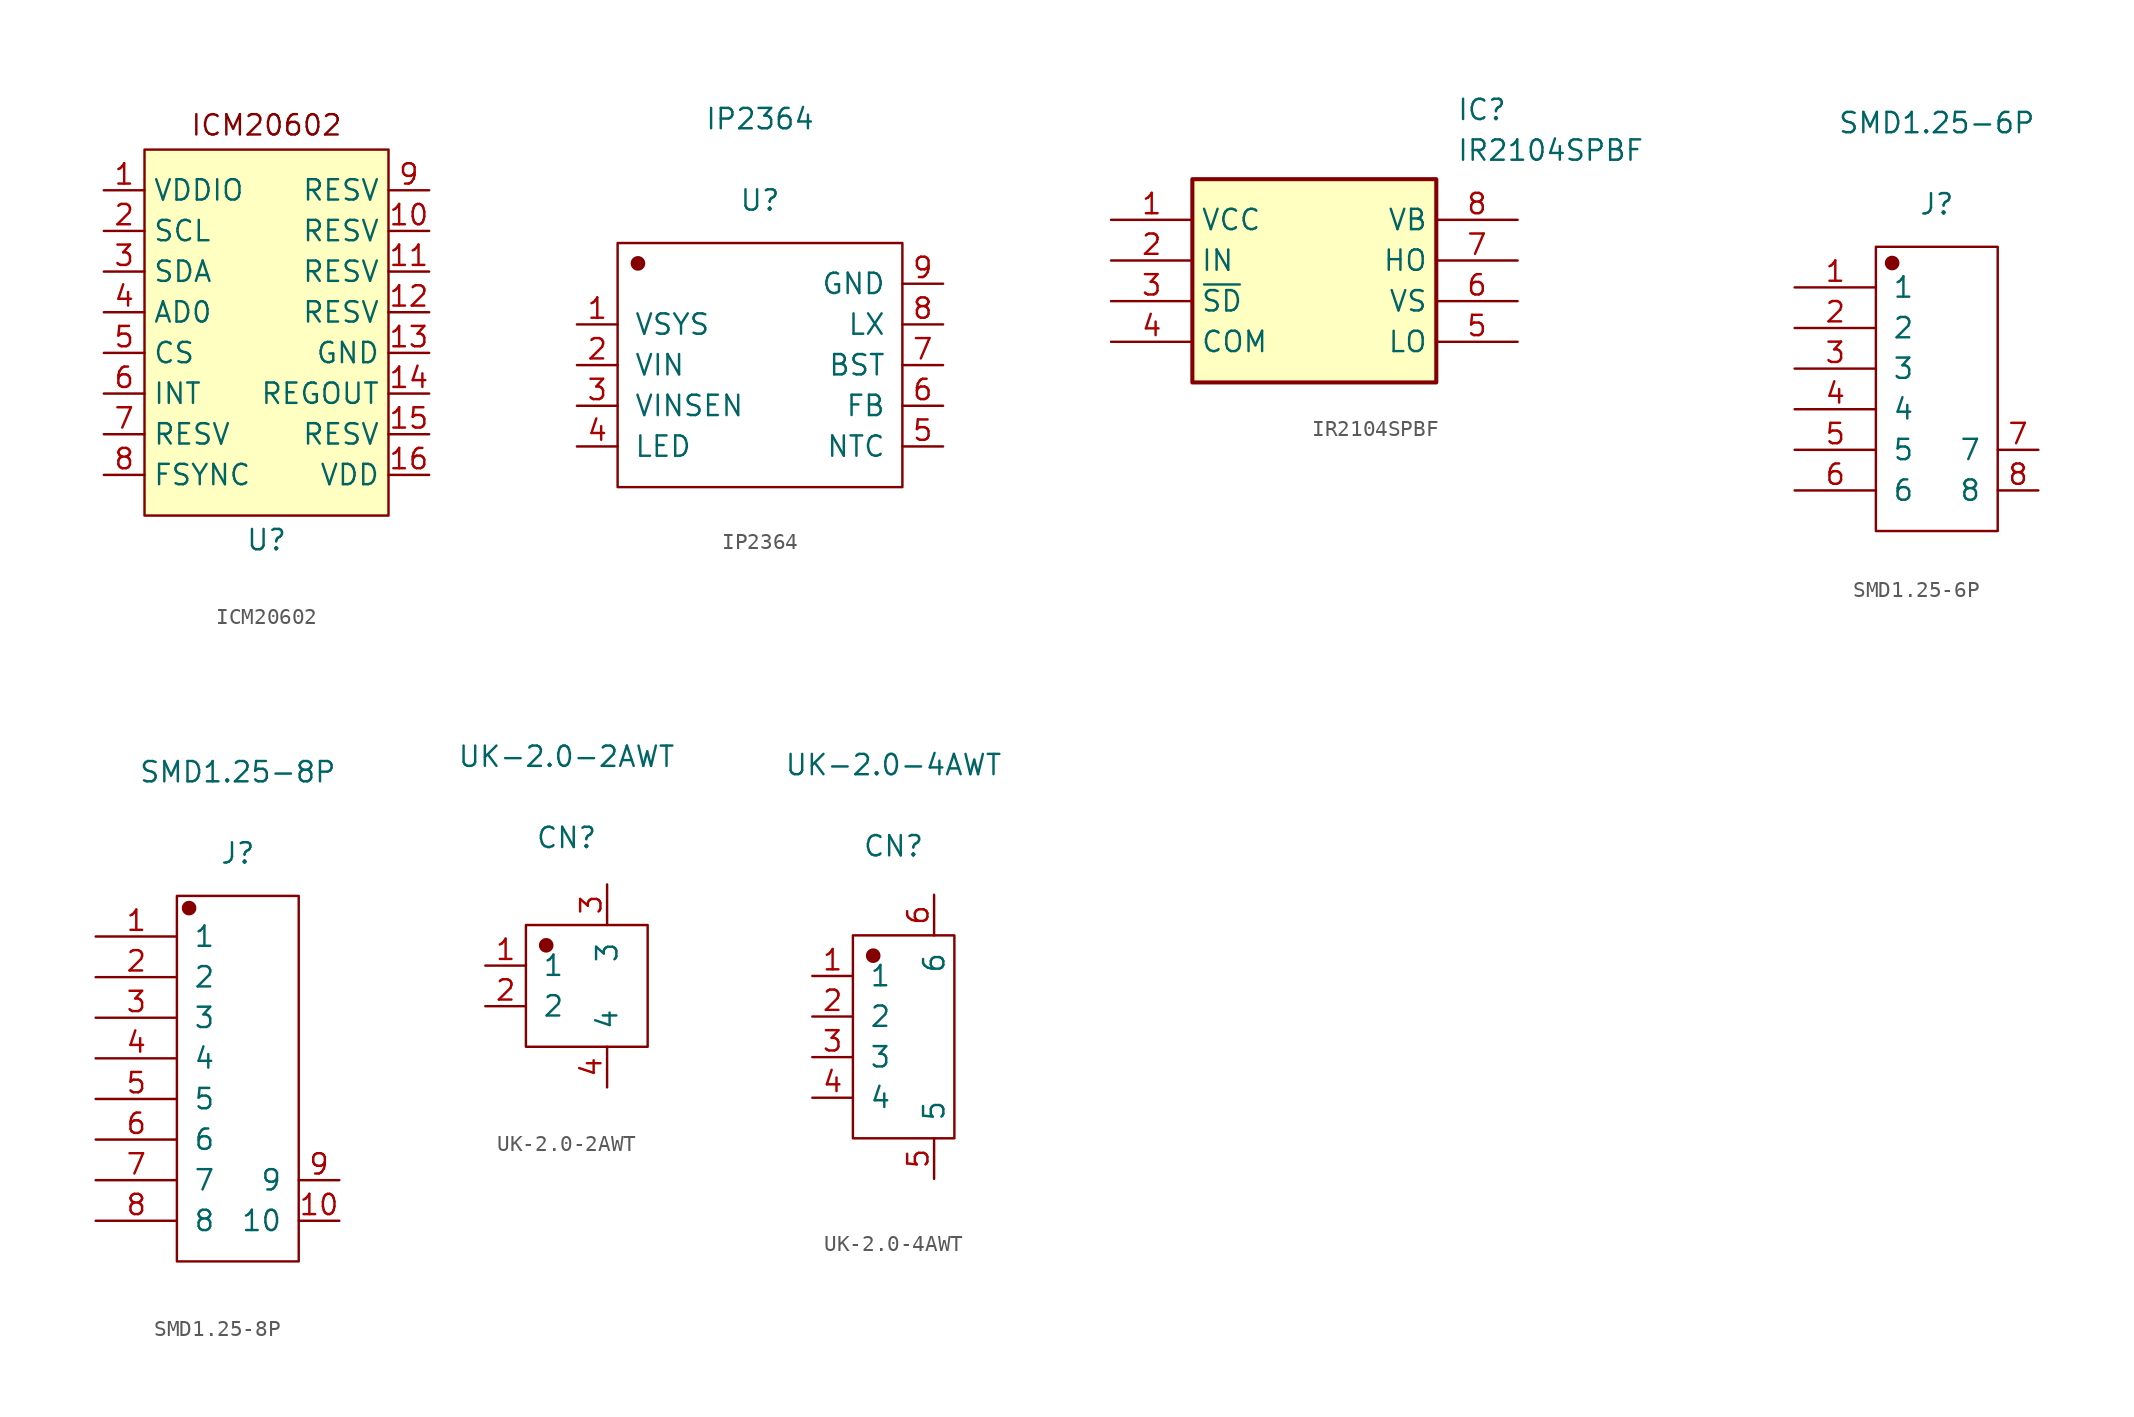
<source format=kicad_sym>
(kicad_symbol_lib
  (version 20231120)
  (generator "kicad_symbol_editor")
  (generator_version "8.0")
  (symbol "ICM20602"
    (property "Reference" "U"
      (at 0 -12.954 0)
      (effects (font (size 1.27 1.27))))
    (property "Value" ""
      (at -2.54 6.35 0)
      (effects (font (size 1.27 1.27))))
    (symbol "ICM20602_0_1"
      (rectangle (start -7.62 11.43) (end 7.62 -11.43) (stroke (width 0) (type default)) (fill (type background))))
    (symbol "ICM20602_1_1"
      (text "ICM20602\n" (at 0 12.954 0) (effects (font (size 1.27 1.27))))
      (pin power_in line (at -10.16 8.89 0) (length 2.54) (name "VDDIO" (effects (font (size 1.27 1.27)))) (number "1" (effects (font (size 1.27 1.27)))))
      (pin output line (at 10.16 6.35 180) (length 2.54) (name "RESV" (effects (font (size 1.27 1.27)))) (number "10" (effects (font (size 1.27 1.27)))))
      (pin output line (at 10.16 3.81 180) (length 2.54) (name "RESV" (effects (font (size 1.27 1.27)))) (number "11" (effects (font (size 1.27 1.27)))))
      (pin output line (at 10.16 1.27 180) (length 2.54) (name "RESV" (effects (font (size 1.27 1.27)))) (number "12" (effects (font (size 1.27 1.27)))))
      (pin power_in line (at 10.16 -1.27 180) (length 2.54) (name "GND" (effects (font (size 1.27 1.27)))) (number "13" (effects (font (size 1.27 1.27)))))
      (pin power_in line (at 10.16 -3.81 180) (length 2.54) (name "REGOUT" (effects (font (size 1.27 1.27)))) (number "14" (effects (font (size 1.27 1.27)))))
      (pin output line (at 10.16 -6.35 180) (length 2.54) (name "RESV" (effects (font (size 1.27 1.27)))) (number "15" (effects (font (size 1.27 1.27)))))
      (pin power_in line (at 10.16 -8.89 180) (length 2.54) (name "VDD" (effects (font (size 1.27 1.27)))) (number "16" (effects (font (size 1.27 1.27)))))
      (pin input line (at -10.16 6.35 0) (length 2.54) (name "SCL" (effects (font (size 1.27 1.27)))) (number "2" (effects (font (size 1.27 1.27)))))
      (pin bidirectional line (at -10.16 3.81 0) (length 2.54) (name "SDA" (effects (font (size 1.27 1.27)))) (number "3" (effects (font (size 1.27 1.27)))))
      (pin input line (at -10.16 1.27 0) (length 2.54) (name "AD0" (effects (font (size 1.27 1.27)))) (number "4" (effects (font (size 1.27 1.27)))))
      (pin input line (at -10.16 -1.27 0) (length 2.54) (name "CS" (effects (font (size 1.27 1.27)))) (number "5" (effects (font (size 1.27 1.27)))))
      (pin output line (at -10.16 -3.81 0) (length 2.54) (name "INT" (effects (font (size 1.27 1.27)))) (number "6" (effects (font (size 1.27 1.27)))))
      (pin output line (at -10.16 -6.35 0) (length 2.54) (name "RESV" (effects (font (size 1.27 1.27)))) (number "7" (effects (font (size 1.27 1.27)))))
      (pin input line (at -10.16 -8.89 0) (length 2.54) (name "FSYNC" (effects (font (size 1.27 1.27)))) (number "8" (effects (font (size 1.27 1.27)))))
      (pin output line (at 10.16 8.89 180) (length 2.54) (name "RESV" (effects (font (size 1.27 1.27)))) (number "9" (effects (font (size 1.27 1.27)))))))
  (symbol "IP2364"
    (pin_names
      (offset 1.016))
    (property "Reference" "U"
      (at 0 10.287 0)
      (effects (font (size 1.27 1.27))))
    (property "Value" "IP2364"
      (at 0 15.367 0)
      (effects (font (size 1.27 1.27))))
    (symbol "IP2364_1_1"
      (rectangle (start -8.89 7.62) (end 8.89 -7.62) (stroke (width 0.152) (type solid)) (fill (type none)))
      (circle (center -7.62 6.35) (radius 0.381) (stroke (width 0.152) (type solid)) (fill (type outline)))
      (pin input line (at -11.43 2.54 0) (length 2.54) (name "VSYS" (effects (font (size 1.27 1.27)))) (number "1" (effects (font (size 1.27 1.27)))))
      (pin input line (at -11.43 0 0) (length 2.54) (name "VIN" (effects (font (size 1.27 1.27)))) (number "2" (effects (font (size 1.27 1.27)))))
      (pin input line (at -11.43 -2.54 0) (length 2.54) (name "VINSEN" (effects (font (size 1.27 1.27)))) (number "3" (effects (font (size 1.27 1.27)))))
      (pin input line (at -11.43 -5.08 0) (length 2.54) (name "LED" (effects (font (size 1.27 1.27)))) (number "4" (effects (font (size 1.27 1.27)))))
      (pin input line (at 11.43 -5.08 180) (length 2.54) (name "NTC" (effects (font (size 1.27 1.27)))) (number "5" (effects (font (size 1.27 1.27)))))
      (pin input line (at 11.43 -2.54 180) (length 2.54) (name "FB" (effects (font (size 1.27 1.27)))) (number "6" (effects (font (size 1.27 1.27)))))
      (pin input line (at 11.43 0 180) (length 2.54) (name "BST" (effects (font (size 1.27 1.27)))) (number "7" (effects (font (size 1.27 1.27)))))
      (pin input line (at 11.43 2.54 180) (length 2.54) (name "LX" (effects (font (size 1.27 1.27)))) (number "8" (effects (font (size 1.27 1.27)))))
      (pin input line (at 11.43 5.08 180) (length 2.54) (name "GND" (effects (font (size 1.27 1.27)))) (number "9" (effects (font (size 1.27 1.27)))))))
  (symbol "IR2104SPBF"
    (property "Reference" "IC"
      (at 21.59 7.62 0)
      (effects (font (size 1.27 1.27)) (justify left top)))
    (property "Value" "IR2104SPBF"
      (at 21.59 5.08 0)
      (effects (font (size 1.27 1.27)) (justify left top)))
    (symbol "IR2104SPBF_1_1"
      (rectangle (start 5.08 2.54) (end 20.32 -10.16) (stroke (width 0.254) (type default)) (fill (type background)))
      (pin passive line (at 0 0 0) (length 5.08) (name "VCC" (effects (font (size 1.27 1.27)))) (number "1" (effects (font (size 1.27 1.27)))))
      (pin passive line (at 0 -2.54 0) (length 5.08) (name "IN" (effects (font (size 1.27 1.27)))) (number "2" (effects (font (size 1.27 1.27)))))
      (pin passive line (at 0 -5.08 0) (length 5.08) (name "~{SD}" (effects (font (size 1.27 1.27)))) (number "3" (effects (font (size 1.27 1.27)))))
      (pin passive line (at 0 -7.62 0) (length 5.08) (name "COM" (effects (font (size 1.27 1.27)))) (number "4" (effects (font (size 1.27 1.27)))))
      (pin passive line (at 25.4 -7.62 180) (length 5.08) (name "LO" (effects (font (size 1.27 1.27)))) (number "5" (effects (font (size 1.27 1.27)))))
      (pin passive line (at 25.4 -5.08 180) (length 5.08) (name "VS" (effects (font (size 1.27 1.27)))) (number "6" (effects (font (size 1.27 1.27)))))
      (pin passive line (at 25.4 -2.54 180) (length 5.08) (name "HO" (effects (font (size 1.27 1.27)))) (number "7" (effects (font (size 1.27 1.27)))))
      (pin passive line (at 25.4 0 180) (length 5.08) (name "VB" (effects (font (size 1.27 1.27)))) (number "8" (effects (font (size 1.27 1.27)))))))
  (symbol "SMD1.25-6P"
    (pin_names
      (offset 1.016))
    (property "Reference" "J"
      (at 0 11.557 0)
      (effects (font (size 1.27 1.27))))
    (property "Value" "SMD1.25-6P"
      (at 0 16.637 0)
      (effects (font (size 1.27 1.27))))
    (symbol "SMD1.25-6P_1_1"
      (rectangle (start -3.81 8.89) (end 3.81 -8.89) (stroke (width 0.152) (type solid)) (fill (type none)))
      (circle (center -2.794 7.874) (radius 0.381) (stroke (width 0.152) (type solid)) (fill (type outline)))
      (pin input line (at -8.89 6.35 0) (length 5.08) (name "1" (effects (font (size 1.27 1.27)))) (number "1" (effects (font (size 1.27 1.27)))))
      (pin input line (at -8.89 3.81 0) (length 5.08) (name "2" (effects (font (size 1.27 1.27)))) (number "2" (effects (font (size 1.27 1.27)))))
      (pin input line (at -8.89 1.27 0) (length 5.08) (name "3" (effects (font (size 1.27 1.27)))) (number "3" (effects (font (size 1.27 1.27)))))
      (pin input line (at -8.89 -1.27 0) (length 5.08) (name "4" (effects (font (size 1.27 1.27)))) (number "4" (effects (font (size 1.27 1.27)))))
      (pin input line (at -8.89 -3.81 0) (length 5.08) (name "5" (effects (font (size 1.27 1.27)))) (number "5" (effects (font (size 1.27 1.27)))))
      (pin input line (at -8.89 -6.35 0) (length 5.08) (name "6" (effects (font (size 1.27 1.27)))) (number "6" (effects (font (size 1.27 1.27)))))
      (pin input line (at 6.35 -3.81 180) (length 2.54) (name "7" (effects (font (size 1.27 1.27)))) (number "7" (effects (font (size 1.27 1.27)))))
      (pin input line (at 6.35 -6.35 180) (length 2.54) (name "8" (effects (font (size 1.27 1.27)))) (number "8" (effects (font (size 1.27 1.27)))))))
  (symbol "SMD1.25-8P"
    (pin_names
      (offset 1.016))
    (property "Reference" "J"
      (at 0 14.097 0)
      (effects (font (size 1.27 1.27))))
    (property "Value" "SMD1.25-8P"
      (at 0 19.177 0)
      (effects (font (size 1.27 1.27))))
    (symbol "SMD1.25-8P_1_1"
      (rectangle (start -3.81 11.43) (end 3.81 -11.43) (stroke (width 0.152) (type solid)) (fill (type none)))
      (circle (center -3.048 10.668) (radius 0.381) (stroke (width 0.152) (type solid)) (fill (type outline)))
      (pin input line (at -8.89 8.89 0) (length 5.08) (name "1" (effects (font (size 1.27 1.27)))) (number "1" (effects (font (size 1.27 1.27)))))
      (pin input line (at 6.35 -8.89 180) (length 2.54) (name "10" (effects (font (size 1.27 1.27)))) (number "10" (effects (font (size 1.27 1.27)))))
      (pin input line (at -8.89 6.35 0) (length 5.08) (name "2" (effects (font (size 1.27 1.27)))) (number "2" (effects (font (size 1.27 1.27)))))
      (pin input line (at -8.89 3.81 0) (length 5.08) (name "3" (effects (font (size 1.27 1.27)))) (number "3" (effects (font (size 1.27 1.27)))))
      (pin input line (at -8.89 1.27 0) (length 5.08) (name "4" (effects (font (size 1.27 1.27)))) (number "4" (effects (font (size 1.27 1.27)))))
      (pin input line (at -8.89 -1.27 0) (length 5.08) (name "5" (effects (font (size 1.27 1.27)))) (number "5" (effects (font (size 1.27 1.27)))))
      (pin input line (at -8.89 -3.81 0) (length 5.08) (name "6" (effects (font (size 1.27 1.27)))) (number "6" (effects (font (size 1.27 1.27)))))
      (pin input line (at -8.89 -6.35 0) (length 5.08) (name "7" (effects (font (size 1.27 1.27)))) (number "7" (effects (font (size 1.27 1.27)))))
      (pin input line (at -8.89 -8.89 0) (length 5.08) (name "8" (effects (font (size 1.27 1.27)))) (number "8" (effects (font (size 1.27 1.27)))))
      (pin input line (at 6.35 -6.35 180) (length 2.54) (name "9" (effects (font (size 1.27 1.27)))) (number "9" (effects (font (size 1.27 1.27)))))))
  (symbol "UK-2.0-2AWT"
    (pin_names
      (offset 1.016))
    (property "Reference" "CN"
      (at 0 9.271 0)
      (effects (font (size 1.27 1.27))))
    (property "Value" "UK-2.0-2AWT"
      (at 0 14.351 0)
      (effects (font (size 1.27 1.27))))
    (symbol "UK-2.0-2AWT_1_1"
      (rectangle (start -2.54 3.81) (end 5.08 -3.81) (stroke (width 0.152) (type solid)) (fill (type none)))
      (circle (center -1.27 2.54) (radius 0.381) (stroke (width 0.152) (type solid)) (fill (type outline)))
      (pin input line (at -5.08 1.27 0) (length 2.54) (name "1" (effects (font (size 1.27 1.27)))) (number "1" (effects (font (size 1.27 1.27)))))
      (pin input line (at -5.08 -1.27 0) (length 2.54) (name "2" (effects (font (size 1.27 1.27)))) (number "2" (effects (font (size 1.27 1.27)))))
      (pin input line (at 2.54 6.35 270) (length 2.54) (name "3" (effects (font (size 1.27 1.27)))) (number "3" (effects (font (size 1.27 1.27)))))
      (pin input line (at 2.54 -6.35 90) (length 2.54) (name "4" (effects (font (size 1.27 1.27)))) (number "4" (effects (font (size 1.27 1.27)))))))
  (symbol "UK-2.0-4AWT"
    (pin_names
      (offset 1.016))
    (property "Reference" "CN"
      (at 0 13.208 0)
      (effects (font (size 1.27 1.27))))
    (property "Value" "UK-2.0-4AWT"
      (at 0 18.288 0)
      (effects (font (size 1.27 1.27))))
    (symbol "UK-2.0-4AWT_1_1"
      (rectangle (start -2.54 7.62) (end 3.81 -5.08) (stroke (width 0.152) (type solid)) (fill (type none)))
      (circle (center -1.27 6.35) (radius 0.381) (stroke (width 0.152) (type solid)) (fill (type outline)))
      (pin input line (at -5.08 5.08 0) (length 2.54) (name "1" (effects (font (size 1.27 1.27)))) (number "1" (effects (font (size 1.27 1.27)))))
      (pin input line (at -5.08 2.54 0) (length 2.54) (name "2" (effects (font (size 1.27 1.27)))) (number "2" (effects (font (size 1.27 1.27)))))
      (pin input line (at -5.08 0 0) (length 2.54) (name "3" (effects (font (size 1.27 1.27)))) (number "3" (effects (font (size 1.27 1.27)))))
      (pin input line (at -5.08 -2.54 0) (length 2.54) (name "4" (effects (font (size 1.27 1.27)))) (number "4" (effects (font (size 1.27 1.27)))))
      (pin input line (at 2.54 -7.62 90) (length 2.54) (name "5" (effects (font (size 1.27 1.27)))) (number "5" (effects (font (size 1.27 1.27)))))
      (pin input line (at 2.54 10.16 270) (length 2.54) (name "6" (effects (font (size 1.27 1.27)))) (number "6" (effects (font (size 1.27 1.27))))))))
</source>
